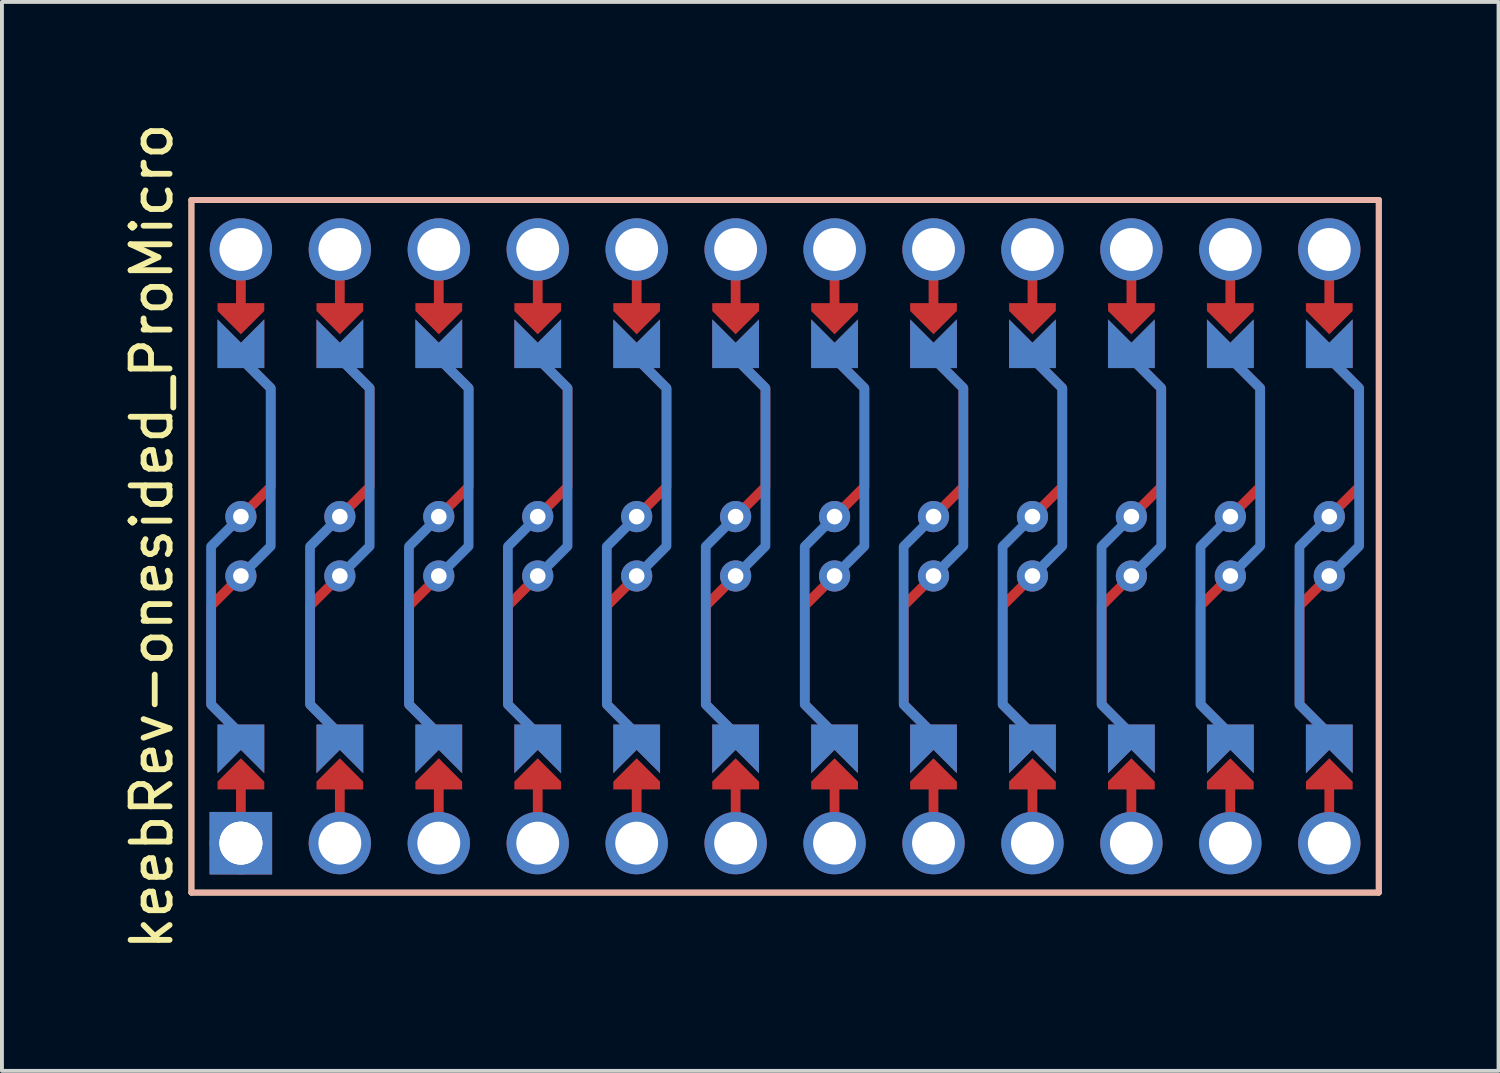
<source format=kicad_pcb>
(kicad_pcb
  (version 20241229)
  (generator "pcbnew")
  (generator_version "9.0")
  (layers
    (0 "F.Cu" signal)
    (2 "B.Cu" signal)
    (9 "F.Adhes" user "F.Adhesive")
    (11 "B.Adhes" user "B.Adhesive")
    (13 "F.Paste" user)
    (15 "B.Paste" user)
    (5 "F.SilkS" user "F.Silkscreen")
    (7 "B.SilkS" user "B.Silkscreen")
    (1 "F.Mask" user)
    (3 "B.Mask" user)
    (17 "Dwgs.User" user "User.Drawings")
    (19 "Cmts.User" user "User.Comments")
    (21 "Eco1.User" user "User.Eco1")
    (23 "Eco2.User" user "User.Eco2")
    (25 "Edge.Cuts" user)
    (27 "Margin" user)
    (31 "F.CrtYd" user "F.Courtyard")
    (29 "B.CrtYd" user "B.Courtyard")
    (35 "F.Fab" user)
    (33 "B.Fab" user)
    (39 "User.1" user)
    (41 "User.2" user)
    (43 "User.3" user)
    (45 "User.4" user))
  (footprint "keebRev-onesided_ProMicro"
    (layer "F.Cu")
    (at 17.104 10.974)
    (property "Reference" "keebRev-onesided_ProMicro" (at -16.256 -0.254 90) (layer "F.SilkS") (effects (font (size 1 1) (thickness 0.15))))
    (attr through_hole)
    (fp_circle (center -13.97 -0.762) (end -13.845 -0.762) (stroke (width 0.25) (type solid)) (fill no) (layer "F.Mask"))
    (fp_circle (center -13.97 0.762) (end -13.845 0.762) (stroke (width 0.25) (type solid)) (fill no) (layer "F.Mask"))
    (fp_circle (center -11.43 -0.762) (end -11.305 -0.762) (stroke (width 0.25) (type solid)) (fill no) (layer "F.Mask"))
    (fp_circle (center -11.43 0.762) (end -11.305 0.762) (stroke (width 0.25) (type solid)) (fill no) (layer "F.Mask"))
    (fp_circle (center -8.89 -0.762) (end -8.765 -0.762) (stroke (width 0.25) (type solid)) (fill no) (layer "F.Mask"))
    (fp_circle (center -8.89 0.762) (end -8.765 0.762) (stroke (width 0.25) (type solid)) (fill no) (layer "F.Mask"))
    (fp_circle (center -6.35 -0.762) (end -6.225 -0.762) (stroke (width 0.25) (type solid)) (fill no) (layer "F.Mask"))
    (fp_circle (center -6.35 0.762) (end -6.225 0.762) (stroke (width 0.25) (type solid)) (fill no) (layer "F.Mask"))
    (fp_circle (center -3.81 -0.762) (end -3.685 -0.762) (stroke (width 0.25) (type solid)) (fill no) (layer "F.Mask"))
    (fp_circle (center -3.81 0.762) (end -3.685 0.762) (stroke (width 0.25) (type solid)) (fill no) (layer "F.Mask"))
    (fp_circle (center -1.27 -0.762) (end -1.145 -0.762) (stroke (width 0.25) (type solid)) (fill no) (layer "F.Mask"))
    (fp_circle (center -1.27 0.762) (end -1.145 0.762) (stroke (width 0.25) (type solid)) (fill no) (layer "F.Mask"))
    (fp_circle (center 1.27 -0.762) (end 1.395 -0.762) (stroke (width 0.25) (type solid)) (fill no) (layer "F.Mask"))
    (fp_circle (center 1.27 0.762) (end 1.395 0.762) (stroke (width 0.25) (type solid)) (fill no) (layer "F.Mask"))
    (fp_circle (center 3.81 -0.762) (end 3.935 -0.762) (stroke (width 0.25) (type solid)) (fill no) (layer "F.Mask"))
    (fp_circle (center 3.81 0.762) (end 3.935 0.762) (stroke (width 0.25) (type solid)) (fill no) (layer "F.Mask"))
    (fp_circle (center 6.35 -0.762) (end 6.475 -0.762) (stroke (width 0.25) (type solid)) (fill no) (layer "F.Mask"))
    (fp_circle (center 6.35 0.762) (end 6.475 0.762) (stroke (width 0.25) (type solid)) (fill no) (layer "F.Mask"))
    (fp_circle (center 8.89 -0.762) (end 9.015 -0.762) (stroke (width 0.25) (type solid)) (fill no) (layer "F.Mask"))
    (fp_circle (center 8.89 0.762) (end 9.015 0.762) (stroke (width 0.25) (type solid)) (fill no) (layer "F.Mask"))
    (fp_circle (center 11.43 -0.762) (end 11.555 -0.762) (stroke (width 0.25) (type solid)) (fill no) (layer "F.Mask"))
    (fp_circle (center 11.43 0.762) (end 11.555 0.762) (stroke (width 0.25) (type solid)) (fill no) (layer "F.Mask"))
    (fp_circle (center 13.97 -0.762) (end 14.095 -0.762) (stroke (width 0.25) (type solid)) (fill no) (layer "F.Mask"))
    (fp_circle (center 13.97 0.762) (end 14.095 0.762) (stroke (width 0.25) (type solid)) (fill no) (layer "F.Mask"))
    (fp_poly (pts (xy -14.478 5.08) (xy -13.462 5.08) (xy -13.462 6.096) (xy -14.478 6.096)) (stroke (width 0.1) (type solid)) (fill yes) (layer "F.Mask"))
    (fp_poly (pts (xy -13.462 -5.08) (xy -14.478 -5.08) (xy -14.478 -6.096) (xy -13.462 -6.096)) (stroke (width 0.1) (type solid)) (fill yes) (layer "F.Mask"))
    (fp_poly (pts (xy -11.938 5.08) (xy -10.922 5.08) (xy -10.922 6.096) (xy -11.938 6.096)) (stroke (width 0.1) (type solid)) (fill yes) (layer "F.Mask"))
    (fp_poly (pts (xy -10.922 -5.08) (xy -11.938 -5.08) (xy -11.938 -6.096) (xy -10.922 -6.096)) (stroke (width 0.1) (type solid)) (fill yes) (layer "F.Mask"))
    (fp_poly (pts (xy -9.398 5.08) (xy -8.382 5.08) (xy -8.382 6.096) (xy -9.398 6.096)) (stroke (width 0.1) (type solid)) (fill yes) (layer "F.Mask"))
    (fp_poly (pts (xy -8.382 -5.08) (xy -9.398 -5.08) (xy -9.398 -6.096) (xy -8.382 -6.096)) (stroke (width 0.1) (type solid)) (fill yes) (layer "F.Mask"))
    (fp_poly (pts (xy -6.858 5.08) (xy -5.842 5.08) (xy -5.842 6.096) (xy -6.858 6.096)) (stroke (width 0.1) (type solid)) (fill yes) (layer "F.Mask"))
    (fp_poly (pts (xy -5.842 -5.08) (xy -6.858 -5.08) (xy -6.858 -6.096) (xy -5.842 -6.096)) (stroke (width 0.1) (type solid)) (fill yes) (layer "F.Mask"))
    (fp_poly (pts (xy -4.318 5.08) (xy -3.302 5.08) (xy -3.302 6.096) (xy -4.318 6.096)) (stroke (width 0.1) (type solid)) (fill yes) (layer "F.Mask"))
    (fp_poly (pts (xy -3.302 -5.08) (xy -4.318 -5.08) (xy -4.318 -6.096) (xy -3.302 -6.096)) (stroke (width 0.1) (type solid)) (fill yes) (layer "F.Mask"))
    (fp_poly (pts (xy -1.778 5.08) (xy -0.762 5.08) (xy -0.762 6.096) (xy -1.778 6.096)) (stroke (width 0.1) (type solid)) (fill yes) (layer "F.Mask"))
    (fp_poly (pts (xy -0.762 -5.08) (xy -1.778 -5.08) (xy -1.778 -6.096) (xy -0.762 -6.096)) (stroke (width 0.1) (type solid)) (fill yes) (layer "F.Mask"))
    (fp_poly (pts (xy 0.762 5.08) (xy 1.778 5.08) (xy 1.778 6.096) (xy 0.762 6.096)) (stroke (width 0.1) (type solid)) (fill yes) (layer "F.Mask"))
    (fp_poly (pts (xy 1.778 -5.08) (xy 0.762 -5.08) (xy 0.762 -6.096) (xy 1.778 -6.096)) (stroke (width 0.1) (type solid)) (fill yes) (layer "F.Mask"))
    (fp_poly (pts (xy 3.302 5.08) (xy 4.318 5.08) (xy 4.318 6.096) (xy 3.302 6.096)) (stroke (width 0.1) (type solid)) (fill yes) (layer "F.Mask"))
    (fp_poly (pts (xy 4.318 -5.08) (xy 3.302 -5.08) (xy 3.302 -6.096) (xy 4.318 -6.096)) (stroke (width 0.1) (type solid)) (fill yes) (layer "F.Mask"))
    (fp_poly (pts (xy 5.842 5.08) (xy 6.858 5.08) (xy 6.858 6.096) (xy 5.842 6.096)) (stroke (width 0.1) (type solid)) (fill yes) (layer "F.Mask"))
    (fp_poly (pts (xy 6.858 -5.08) (xy 5.842 -5.08) (xy 5.842 -6.096) (xy 6.858 -6.096)) (stroke (width 0.1) (type solid)) (fill yes) (layer "F.Mask"))
    (fp_poly (pts (xy 8.382 5.08) (xy 9.398 5.08) (xy 9.398 6.096) (xy 8.382 6.096)) (stroke (width 0.1) (type solid)) (fill yes) (layer "F.Mask"))
    (fp_poly (pts (xy 9.398 -5.08) (xy 8.382 -5.08) (xy 8.382 -6.096) (xy 9.398 -6.096)) (stroke (width 0.1) (type solid)) (fill yes) (layer "F.Mask"))
    (fp_poly (pts (xy 10.922 5.08) (xy 11.938 5.08) (xy 11.938 6.096) (xy 10.922 6.096)) (stroke (width 0.1) (type solid)) (fill yes) (layer "F.Mask"))
    (fp_poly (pts (xy 11.938 -5.08) (xy 10.922 -5.08) (xy 10.922 -6.096) (xy 11.938 -6.096)) (stroke (width 0.1) (type solid)) (fill yes) (layer "F.Mask"))
    (fp_poly (pts (xy 13.462 5.08) (xy 14.478 5.08) (xy 14.478 6.096) (xy 13.462 6.096)) (stroke (width 0.1) (type solid)) (fill yes) (layer "F.Mask"))
    (fp_poly (pts (xy 14.478 -5.08) (xy 13.462 -5.08) (xy 13.462 -6.096) (xy 14.478 -6.096)) (stroke (width 0.1) (type solid)) (fill yes) (layer "F.Mask"))
    (fp_circle (center -13.97 -0.762) (end -13.845 -0.762) (stroke (width 0.25) (type solid)) (fill no) (layer "B.Mask"))
    (fp_circle (center -13.97 0.762) (end -13.845 0.762) (stroke (width 0.25) (type solid)) (fill no) (layer "B.Mask"))
    (fp_circle (center -11.43 -0.762) (end -11.305 -0.762) (stroke (width 0.25) (type solid)) (fill no) (layer "B.Mask"))
    (fp_circle (center -11.43 0.762) (end -11.305 0.762) (stroke (width 0.25) (type solid)) (fill no) (layer "B.Mask"))
    (fp_circle (center -8.89 -0.762) (end -8.765 -0.762) (stroke (width 0.25) (type solid)) (fill no) (layer "B.Mask"))
    (fp_circle (center -8.89 0.762) (end -8.765 0.762) (stroke (width 0.25) (type solid)) (fill no) (layer "B.Mask"))
    (fp_circle (center -6.35 -0.762) (end -6.225 -0.762) (stroke (width 0.25) (type solid)) (fill no) (layer "B.Mask"))
    (fp_circle (center -6.35 0.762) (end -6.225 0.762) (stroke (width 0.25) (type solid)) (fill no) (layer "B.Mask"))
    (fp_circle (center -3.81 -0.762) (end -3.685 -0.762) (stroke (width 0.25) (type solid)) (fill no) (layer "B.Mask"))
    (fp_circle (center -3.81 0.762) (end -3.685 0.762) (stroke (width 0.25) (type solid)) (fill no) (layer "B.Mask"))
    (fp_circle (center -1.27 -0.762) (end -1.145 -0.762) (stroke (width 0.25) (type solid)) (fill no) (layer "B.Mask"))
    (fp_circle (center -1.27 0.762) (end -1.145 0.762) (stroke (width 0.25) (type solid)) (fill no) (layer "B.Mask"))
    (fp_circle (center 1.27 -0.762) (end 1.395 -0.762) (stroke (width 0.25) (type solid)) (fill no) (layer "B.Mask"))
    (fp_circle (center 1.27 0.762) (end 1.395 0.762) (stroke (width 0.25) (type solid)) (fill no) (layer "B.Mask"))
    (fp_circle (center 3.81 -0.762) (end 3.935 -0.762) (stroke (width 0.25) (type solid)) (fill no) (layer "B.Mask"))
    (fp_circle (center 3.81 0.762) (end 3.935 0.762) (stroke (width 0.25) (type solid)) (fill no) (layer "B.Mask"))
    (fp_circle (center 6.35 -0.762) (end 6.475 -0.762) (stroke (width 0.25) (type solid)) (fill no) (layer "B.Mask"))
    (fp_circle (center 6.35 0.762) (end 6.475 0.762) (stroke (width 0.25) (type solid)) (fill no) (layer "B.Mask"))
    (fp_circle (center 8.89 -0.762) (end 9.015 -0.762) (stroke (width 0.25) (type solid)) (fill no) (layer "B.Mask"))
    (fp_circle (center 8.89 0.762) (end 9.015 0.762) (stroke (width 0.25) (type solid)) (fill no) (layer "B.Mask"))
    (fp_circle (center 11.43 -0.762) (end 11.555 -0.762) (stroke (width 0.25) (type solid)) (fill no) (layer "B.Mask"))
    (fp_circle (center 11.43 0.762) (end 11.555 0.762) (stroke (width 0.25) (type solid)) (fill no) (layer "B.Mask"))
    (fp_circle (center 13.97 -0.762) (end 14.095 -0.762) (stroke (width 0.25) (type solid)) (fill no) (layer "B.Mask"))
    (fp_circle (center 13.97 0.762) (end 14.095 0.762) (stroke (width 0.25) (type solid)) (fill no) (layer "B.Mask"))
    (fp_line (start -15.24 -8.89) (end 15.24 -8.89) (stroke (width 0.15) (type solid)) (layer "F.SilkS"))
    (fp_line (start -15.24 8.89) (end -15.24 -8.89) (stroke (width 0.15) (type solid)) (layer "F.SilkS"))
    (fp_line (start -15.24 8.89) (end 15.24 8.89) (stroke (width 0.15) (type solid)) (layer "F.SilkS"))
    (fp_line (start 15.24 -8.89) (end 15.24 8.89) (stroke (width 0.15) (type solid)) (layer "F.SilkS"))
    (fp_line (start -15.24 -8.89) (end 15.24 -8.89) (stroke (width 0.15) (type solid)) (layer "B.SilkS"))
    (fp_line (start -15.24 8.89) (end -15.24 -8.89) (stroke (width 0.15) (type solid)) (layer "B.SilkS"))
    (fp_line (start -15.24 8.89) (end 15.24 8.89) (stroke (width 0.15) (type solid)) (layer "B.SilkS"))
    (fp_line (start 15.24 -8.89) (end 15.24 8.89) (stroke (width 0.15) (type solid)) (layer "B.SilkS"))
    (pad "" thru_hole circle (at -13.97 -7.62) (size 1.6 1.6) (drill 1.1) (layers "*.Cu" "*.Mask"))
    (pad "" smd custom (at -13.97 -6.35) (size 0.25 1) (layers "F.Cu") (options (anchor rect)) (primitives))
    (pad "" smd custom (at -13.97 -5.842) (size 0.1 0.1) (layers "F.Cu" "F.Mask") (options (anchor rect)) (primitives (gr_poly (pts (xy 0.6 -0.4) (xy -0.6 -0.4) (xy -0.6 -0.2) (xy 0 0.4) (xy 0.6 -0.2)) (width 0) (fill yes))))
    (pad "" smd custom (at -13.97 5.842 180) (size 0.1 0.1) (layers "F.Cu" "F.Mask") (options (anchor rect)) (primitives (gr_poly (pts (xy 0.6 -0.4) (xy -0.6 -0.4) (xy -0.6 -0.2) (xy 0 0.4) (xy 0.6 -0.2)) (width 0) (fill yes))))
    (pad "" smd custom (at -13.97 6.35 180) (size 0.25 1) (layers "F.Cu") (options (anchor rect)) (primitives))
    (pad "" thru_hole circle (at -13.97 7.62) (size 1.6 1.6) (drill 1.1) (layers "*.Cu" "*.Mask"))
    (pad "" thru_hole rect (at -13.97 7.62) (size 1.6 1.6) (drill 1.1) (layers "F.Cu" "F.Mask"))
    (pad "" thru_hole rect (at -13.97 7.62) (size 1.6 1.6) (drill 1.1) (layers "B.Cu" "B.Mask"))
    (pad "" thru_hole circle (at -11.43 -7.62) (size 1.6 1.6) (drill 1.1) (layers "*.Cu" "*.Mask"))
    (pad "" smd custom (at -11.43 -6.35) (size 0.25 1) (layers "F.Cu") (options (anchor rect)) (primitives))
    (pad "" smd custom (at -11.43 -5.842) (size 0.1 0.1) (layers "F.Cu" "F.Mask") (options (anchor rect)) (primitives (gr_poly (pts (xy 0.6 -0.4) (xy -0.6 -0.4) (xy -0.6 -0.2) (xy 0 0.4) (xy 0.6 -0.2)) (width 0) (fill yes))))
    (pad "" smd custom (at -11.43 5.842 180) (size 0.1 0.1) (layers "F.Cu" "F.Mask") (options (anchor rect)) (primitives (gr_poly (pts (xy 0.6 -0.4) (xy -0.6 -0.4) (xy -0.6 -0.2) (xy 0 0.4) (xy 0.6 -0.2)) (width 0) (fill yes))))
    (pad "" smd custom (at -11.43 6.35 180) (size 0.25 1) (layers "F.Cu") (options (anchor rect)) (primitives))
    (pad "" thru_hole circle (at -11.43 7.62) (size 1.6 1.6) (drill 1.1) (layers "*.Cu" "*.Mask"))
    (pad "" thru_hole circle (at -8.89 -7.62) (size 1.6 1.6) (drill 1.1) (layers "*.Cu" "*.Mask"))
    (pad "" smd custom (at -8.89 -6.35) (size 0.25 1) (layers "F.Cu") (options (anchor rect)) (primitives))
    (pad "" smd custom (at -8.89 -5.842) (size 0.1 0.1) (layers "F.Cu" "F.Mask") (options (anchor rect)) (primitives (gr_poly (pts (xy 0.6 -0.4) (xy -0.6 -0.4) (xy -0.6 -0.2) (xy 0 0.4) (xy 0.6 -0.2)) (width 0) (fill yes))))
    (pad "" smd custom (at -8.89 5.842 180) (size 0.1 0.1) (layers "F.Cu" "F.Mask") (options (anchor rect)) (primitives (gr_poly (pts (xy 0.6 -0.4) (xy -0.6 -0.4) (xy -0.6 -0.2) (xy 0 0.4) (xy 0.6 -0.2)) (width 0) (fill yes))))
    (pad "" smd custom (at -8.89 6.35 180) (size 0.25 1) (layers "F.Cu") (options (anchor rect)) (primitives))
    (pad "" thru_hole circle (at -8.89 7.62) (size 1.6 1.6) (drill 1.1) (layers "*.Cu" "*.Mask"))
    (pad "" thru_hole circle (at -6.35 -7.62) (size 1.6 1.6) (drill 1.1) (layers "*.Cu" "*.Mask"))
    (pad "" smd custom (at -6.35 -6.35) (size 0.25 1) (layers "F.Cu") (options (anchor rect)) (primitives))
    (pad "" smd custom (at -6.35 -5.842) (size 0.1 0.1) (layers "F.Cu" "F.Mask") (options (anchor rect)) (primitives (gr_poly (pts (xy 0.6 -0.4) (xy -0.6 -0.4) (xy -0.6 -0.2) (xy 0 0.4) (xy 0.6 -0.2)) (width 0) (fill yes))))
    (pad "" smd custom (at -6.35 5.842 180) (size 0.1 0.1) (layers "F.Cu" "F.Mask") (options (anchor rect)) (primitives (gr_poly (pts (xy 0.6 -0.4) (xy -0.6 -0.4) (xy -0.6 -0.2) (xy 0 0.4) (xy 0.6 -0.2)) (width 0) (fill yes))))
    (pad "" smd custom (at -6.35 6.35 180) (size 0.25 1) (layers "F.Cu") (options (anchor rect)) (primitives))
    (pad "" thru_hole circle (at -6.35 7.62) (size 1.6 1.6) (drill 1.1) (layers "*.Cu" "*.Mask"))
    (pad "" thru_hole circle (at -3.81 -7.62) (size 1.6 1.6) (drill 1.1) (layers "*.Cu" "*.Mask"))
    (pad "" smd custom (at -3.81 -6.35) (size 0.25 1) (layers "F.Cu") (options (anchor rect)) (primitives))
    (pad "" smd custom (at -3.81 -5.842) (size 0.1 0.1) (layers "F.Cu" "F.Mask") (options (anchor rect)) (primitives (gr_poly (pts (xy 0.6 -0.4) (xy -0.6 -0.4) (xy -0.6 -0.2) (xy 0 0.4) (xy 0.6 -0.2)) (width 0) (fill yes))))
    (pad "" smd custom (at -3.81 5.842 180) (size 0.1 0.1) (layers "F.Cu" "F.Mask") (options (anchor rect)) (primitives (gr_poly (pts (xy 0.6 -0.4) (xy -0.6 -0.4) (xy -0.6 -0.2) (xy 0 0.4) (xy 0.6 -0.2)) (width 0) (fill yes))))
    (pad "" smd custom (at -3.81 6.35 180) (size 0.25 1) (layers "F.Cu") (options (anchor rect)) (primitives))
    (pad "" thru_hole circle (at -3.81 7.62) (size 1.6 1.6) (drill 1.1) (layers "*.Cu" "*.Mask"))
    (pad "" thru_hole circle (at -1.27 -7.62) (size 1.6 1.6) (drill 1.1) (layers "*.Cu" "*.Mask"))
    (pad "" smd custom (at -1.27 -6.35) (size 0.25 1) (layers "F.Cu") (options (anchor rect)) (primitives))
    (pad "" smd custom (at -1.27 -5.842) (size 0.1 0.1) (layers "F.Cu" "F.Mask") (options (anchor rect)) (primitives (gr_poly (pts (xy 0.6 -0.4) (xy -0.6 -0.4) (xy -0.6 -0.2) (xy 0 0.4) (xy 0.6 -0.2)) (width 0) (fill yes))))
    (pad "" smd custom (at -1.27 5.842 180) (size 0.1 0.1) (layers "F.Cu" "F.Mask") (options (anchor rect)) (primitives (gr_poly (pts (xy 0.6 -0.4) (xy -0.6 -0.4) (xy -0.6 -0.2) (xy 0 0.4) (xy 0.6 -0.2)) (width 0) (fill yes))))
    (pad "" smd custom (at -1.27 6.35 180) (size 0.25 1) (layers "F.Cu") (options (anchor rect)) (primitives))
    (pad "" thru_hole circle (at -1.27 7.62) (size 1.6 1.6) (drill 1.1) (layers "*.Cu" "*.Mask"))
    (pad "" thru_hole circle (at 1.27 -7.62) (size 1.6 1.6) (drill 1.1) (layers "*.Cu" "*.Mask"))
    (pad "" smd custom (at 1.27 -6.35) (size 0.25 1) (layers "F.Cu") (options (anchor rect)) (primitives))
    (pad "" smd custom (at 1.27 -5.842) (size 0.1 0.1) (layers "F.Cu" "F.Mask") (options (anchor rect)) (primitives (gr_poly (pts (xy 0.6 -0.4) (xy -0.6 -0.4) (xy -0.6 -0.2) (xy 0 0.4) (xy 0.6 -0.2)) (width 0) (fill yes))))
    (pad "" smd custom (at 1.27 5.842 180) (size 0.1 0.1) (layers "F.Cu" "F.Mask") (options (anchor rect)) (primitives (gr_poly (pts (xy 0.6 -0.4) (xy -0.6 -0.4) (xy -0.6 -0.2) (xy 0 0.4) (xy 0.6 -0.2)) (width 0) (fill yes))))
    (pad "" smd custom (at 1.27 6.35 180) (size 0.25 1) (layers "F.Cu") (options (anchor rect)) (primitives))
    (pad "" thru_hole circle (at 1.27 7.62) (size 1.6 1.6) (drill 1.1) (layers "*.Cu" "*.Mask"))
    (pad "" thru_hole circle (at 3.81 -7.62) (size 1.6 1.6) (drill 1.1) (layers "*.Cu" "*.Mask"))
    (pad "" smd custom (at 3.81 -6.35) (size 0.25 1) (layers "F.Cu") (options (anchor rect)) (primitives))
    (pad "" smd custom (at 3.81 -5.842) (size 0.1 0.1) (layers "F.Cu" "F.Mask") (options (anchor rect)) (primitives (gr_poly (pts (xy 0.6 -0.4) (xy -0.6 -0.4) (xy -0.6 -0.2) (xy 0 0.4) (xy 0.6 -0.2)) (width 0) (fill yes))))
    (pad "" smd custom (at 3.81 5.842 180) (size 0.1 0.1) (layers "F.Cu" "F.Mask") (options (anchor rect)) (primitives (gr_poly (pts (xy 0.6 -0.4) (xy -0.6 -0.4) (xy -0.6 -0.2) (xy 0 0.4) (xy 0.6 -0.2)) (width 0) (fill yes))))
    (pad "" smd custom (at 3.81 6.35 180) (size 0.25 1) (layers "F.Cu") (options (anchor rect)) (primitives))
    (pad "" thru_hole circle (at 3.81 7.62) (size 1.6 1.6) (drill 1.1) (layers "*.Cu" "*.Mask"))
    (pad "" thru_hole circle (at 6.35 -7.62) (size 1.6 1.6) (drill 1.1) (layers "*.Cu" "*.Mask"))
    (pad "" smd custom (at 6.35 -6.35) (size 0.25 1) (layers "F.Cu") (options (anchor rect)) (primitives))
    (pad "" smd custom (at 6.35 -5.842) (size 0.1 0.1) (layers "F.Cu" "F.Mask") (options (anchor rect)) (primitives (gr_poly (pts (xy 0.6 -0.4) (xy -0.6 -0.4) (xy -0.6 -0.2) (xy 0 0.4) (xy 0.6 -0.2)) (width 0) (fill yes))))
    (pad "" smd custom (at 6.35 5.842 180) (size 0.1 0.1) (layers "F.Cu" "F.Mask") (options (anchor rect)) (primitives (gr_poly (pts (xy 0.6 -0.4) (xy -0.6 -0.4) (xy -0.6 -0.2) (xy 0 0.4) (xy 0.6 -0.2)) (width 0) (fill yes))))
    (pad "" smd custom (at 6.35 6.35 180) (size 0.25 1) (layers "F.Cu") (options (anchor rect)) (primitives))
    (pad "" thru_hole circle (at 6.35 7.62) (size 1.6 1.6) (drill 1.1) (layers "*.Cu" "*.Mask"))
    (pad "" thru_hole circle (at 8.89 -7.62) (size 1.6 1.6) (drill 1.1) (layers "*.Cu" "*.Mask"))
    (pad "" smd custom (at 8.89 -6.35) (size 0.25 1) (layers "F.Cu") (options (anchor rect)) (primitives))
    (pad "" smd custom (at 8.89 -5.842) (size 0.1 0.1) (layers "F.Cu" "F.Mask") (options (anchor rect)) (primitives (gr_poly (pts (xy 0.6 -0.4) (xy -0.6 -0.4) (xy -0.6 -0.2) (xy 0 0.4) (xy 0.6 -0.2)) (width 0) (fill yes))))
    (pad "" smd custom (at 8.89 5.842 180) (size 0.1 0.1) (layers "F.Cu" "F.Mask") (options (anchor rect)) (primitives (gr_poly (pts (xy 0.6 -0.4) (xy -0.6 -0.4) (xy -0.6 -0.2) (xy 0 0.4) (xy 0.6 -0.2)) (width 0) (fill yes))))
    (pad "" smd custom (at 8.89 6.35 180) (size 0.25 1) (layers "F.Cu") (options (anchor rect)) (primitives))
    (pad "" thru_hole circle (at 8.89 7.62) (size 1.6 1.6) (drill 1.1) (layers "*.Cu" "*.Mask"))
    (pad "" thru_hole circle (at 11.43 -7.62) (size 1.6 1.6) (drill 1.1) (layers "*.Cu" "*.Mask"))
    (pad "" smd custom (at 11.43 -6.35) (size 0.25 1) (layers "F.Cu") (options (anchor rect)) (primitives))
    (pad "" smd custom (at 11.43 -5.842) (size 0.1 0.1) (layers "F.Cu" "F.Mask") (options (anchor rect)) (primitives (gr_poly (pts (xy 0.6 -0.4) (xy -0.6 -0.4) (xy -0.6 -0.2) (xy 0 0.4) (xy 0.6 -0.2)) (width 0) (fill yes))))
    (pad "" smd custom (at 11.43 5.842 180) (size 0.1 0.1) (layers "F.Cu" "F.Mask") (options (anchor rect)) (primitives (gr_poly (pts (xy 0.6 -0.4) (xy -0.6 -0.4) (xy -0.6 -0.2) (xy 0 0.4) (xy 0.6 -0.2)) (width 0) (fill yes))))
    (pad "" smd custom (at 11.43 6.35 180) (size 0.25 1) (layers "F.Cu") (options (anchor rect)) (primitives))
    (pad "" thru_hole circle (at 11.43 7.62) (size 1.6 1.6) (drill 1.1) (layers "*.Cu" "*.Mask"))
    (pad "" thru_hole circle (at 13.97 -7.62) (size 1.6 1.6) (drill 1.1) (layers "*.Cu" "*.Mask"))
    (pad "" smd custom (at 13.97 -6.35) (size 0.25 1) (layers "F.Cu") (options (anchor rect)) (primitives))
    (pad "" smd custom (at 13.97 -5.842) (size 0.1 0.1) (layers "F.Cu" "F.Mask") (options (anchor rect)) (primitives (gr_poly (pts (xy 0.6 -0.4) (xy -0.6 -0.4) (xy -0.6 -0.2) (xy 0 0.4) (xy 0.6 -0.2)) (width 0) (fill yes))))
    (pad "" smd custom (at 13.97 5.842 180) (size 0.1 0.1) (layers "F.Cu" "F.Mask") (options (anchor rect)) (primitives (gr_poly (pts (xy 0.6 -0.4) (xy -0.6 -0.4) (xy -0.6 -0.2) (xy 0 0.4) (xy 0.6 -0.2)) (width 0) (fill yes))))
    (pad "" smd custom (at 13.97 6.35 180) (size 0.25 1) (layers "F.Cu") (options (anchor rect)) (primitives))
    (pad "" thru_hole circle (at 13.97 7.62) (size 1.6 1.6) (drill 1.1) (layers "*.Cu" "*.Mask"))
    (pad "1" smd custom (at -13.97 -4.826) (size 1.2 0.5) (layers "F.Cu" "F.Mask") (options (anchor rect)) (primitives (gr_poly (pts (xy 0.6 0) (xy -0.6 0) (xy -0.6 -1) (xy 0 -0.4) (xy 0.6 -1)) (width 0) (fill yes))))
    (pad "1" smd custom (at -13.97 -0.762) (size 0.25 0.25) (layers "F.Cu") (options (anchor circle)) (primitives (gr_line (start 0 0) (end 0.766 -0.766) (width 0.25)) (gr_line (start 0.766 -0.766) (end 0.766 -3.298) (width 0.25)) (gr_line (start 0.766 -3.298) (end 0 -4.064) (width 0.25))))
    (pad "1" smd custom (at -13.97 -0.762) (size 0.25 0.25) (layers "B.Cu") (options (anchor circle)) (primitives (gr_line (start 0 0) (end -0.766 0.766) (width 0.25)) (gr_line (start -0.766 0.766) (end -0.766 4.822) (width 0.25)) (gr_line (start -0.766 4.822) (end 0 5.588) (width 0.25))))
    (pad "1" thru_hole circle (at -13.97 -0.762 180) (size 0.8 0.8) (drill 0.4) (layers "*.Cu"))
    (pad "1" smd custom (at -13.97 4.826 180) (size 1.2 0.5) (layers "B.Cu") (options (anchor rect)) (primitives (gr_poly (pts (xy 0.6 0) (xy -0.6 0) (xy -0.6 -1) (xy 0 -0.4) (xy 0.6 -1)) (width 0) (fill yes))))
    (pad "2" smd custom (at -11.43 -4.826) (size 1.2 0.5) (layers "F.Cu" "F.Mask") (options (anchor rect)) (primitives (gr_poly (pts (xy 0.6 0) (xy -0.6 0) (xy -0.6 -1) (xy 0 -0.4) (xy 0.6 -1)) (width 0) (fill yes))))
    (pad "2" smd custom (at -11.43 -0.762) (size 0.25 0.25) (layers "F.Cu") (options (anchor circle)) (primitives (gr_line (start 0 0) (end 0.766 -0.766) (width 0.25)) (gr_line (start 0.766 -0.766) (end 0.766 -3.298) (width 0.25)) (gr_line (start 0.766 -3.298) (end 0 -4.064) (width 0.25))))
    (pad "2" smd custom (at -11.43 -0.762) (size 0.25 0.25) (layers "B.Cu") (options (anchor circle)) (primitives (gr_line (start 0 0) (end -0.766 0.766) (width 0.25)) (gr_line (start -0.766 0.766) (end -0.766 4.822) (width 0.25)) (gr_line (start -0.766 4.822) (end 0 5.588) (width 0.25))))
    (pad "2" thru_hole circle (at -11.43 -0.762 180) (size 0.8 0.8) (drill 0.4) (layers "*.Cu"))
    (pad "2" smd custom (at -11.43 4.826 180) (size 1.2 0.5) (layers "B.Cu") (options (anchor rect)) (primitives (gr_poly (pts (xy 0.6 0) (xy -0.6 0) (xy -0.6 -1) (xy 0 -0.4) (xy 0.6 -1)) (width 0) (fill yes))))
    (pad "3" smd custom (at -8.89 -4.826) (size 1.2 0.5) (layers "F.Cu" "F.Mask") (options (anchor rect)) (primitives (gr_poly (pts (xy 0.6 0) (xy -0.6 0) (xy -0.6 -1) (xy 0 -0.4) (xy 0.6 -1)) (width 0) (fill yes))))
    (pad "3" smd custom (at -8.89 -0.762) (size 0.25 0.25) (layers "F.Cu") (options (anchor circle)) (primitives (gr_line (start 0 0) (end 0.766 -0.766) (width 0.25)) (gr_line (start 0.766 -0.766) (end 0.766 -3.298) (width 0.25)) (gr_line (start 0.766 -3.298) (end 0 -4.064) (width 0.25))))
    (pad "3" smd custom (at -8.89 -0.762) (size 0.25 0.25) (layers "B.Cu") (options (anchor circle)) (primitives (gr_line (start 0 0) (end -0.766 0.766) (width 0.25)) (gr_line (start -0.766 0.766) (end -0.766 4.822) (width 0.25)) (gr_line (start -0.766 4.822) (end 0 5.588) (width 0.25))))
    (pad "3" thru_hole circle (at -8.89 -0.762 180) (size 0.8 0.8) (drill 0.4) (layers "*.Cu"))
    (pad "3" smd custom (at -8.89 4.826 180) (size 1.2 0.5) (layers "B.Cu") (options (anchor rect)) (primitives (gr_poly (pts (xy 0.6 0) (xy -0.6 0) (xy -0.6 -1) (xy 0 -0.4) (xy 0.6 -1)) (width 0) (fill yes))))
    (pad "4" smd custom (at -6.35 -4.826) (size 1.2 0.5) (layers "F.Cu" "F.Mask") (options (anchor rect)) (primitives (gr_poly (pts (xy 0.6 0) (xy -0.6 0) (xy -0.6 -1) (xy 0 -0.4) (xy 0.6 -1)) (width 0) (fill yes))))
    (pad "4" smd custom (at -6.35 -0.762) (size 0.25 0.25) (layers "F.Cu") (options (anchor circle)) (primitives (gr_line (start 0 0) (end 0.766 -0.766) (width 0.25)) (gr_line (start 0.766 -0.766) (end 0.766 -3.298) (width 0.25)) (gr_line (start 0.766 -3.298) (end 0 -4.064) (width 0.25))))
    (pad "4" smd custom (at -6.35 -0.762) (size 0.25 0.25) (layers "B.Cu") (options (anchor circle)) (primitives (gr_line (start 0 0) (end -0.766 0.766) (width 0.25)) (gr_line (start -0.766 0.766) (end -0.766 4.822) (width 0.25)) (gr_line (start -0.766 4.822) (end 0 5.588) (width 0.25))))
    (pad "4" thru_hole circle (at -6.35 -0.762 180) (size 0.8 0.8) (drill 0.4) (layers "*.Cu"))
    (pad "4" smd custom (at -6.35 4.826 180) (size 1.2 0.5) (layers "B.Cu") (options (anchor rect)) (primitives (gr_poly (pts (xy 0.6 0) (xy -0.6 0) (xy -0.6 -1) (xy 0 -0.4) (xy 0.6 -1)) (width 0) (fill yes))))
    (pad "5" smd custom (at -3.81 -4.826) (size 1.2 0.5) (layers "F.Cu" "F.Mask") (options (anchor rect)) (primitives (gr_poly (pts (xy 0.6 0) (xy -0.6 0) (xy -0.6 -1) (xy 0 -0.4) (xy 0.6 -1)) (width 0) (fill yes))))
    (pad "5" smd custom (at -3.81 -0.762) (size 0.25 0.25) (layers "F.Cu") (options (anchor circle)) (primitives (gr_line (start 0 0) (end 0.766 -0.766) (width 0.25)) (gr_line (start 0.766 -0.766) (end 0.766 -3.298) (width 0.25)) (gr_line (start 0.766 -3.298) (end 0 -4.064) (width 0.25))))
    (pad "5" smd custom (at -3.81 -0.762) (size 0.25 0.25) (layers "B.Cu") (options (anchor circle)) (primitives (gr_line (start 0 0) (end -0.766 0.766) (width 0.25)) (gr_line (start -0.766 0.766) (end -0.766 4.822) (width 0.25)) (gr_line (start -0.766 4.822) (end 0 5.588) (width 0.25))))
    (pad "5" thru_hole circle (at -3.81 -0.762 180) (size 0.8 0.8) (drill 0.4) (layers "*.Cu"))
    (pad "5" smd custom (at -3.81 4.826 180) (size 1.2 0.5) (layers "B.Cu") (options (anchor rect)) (primitives (gr_poly (pts (xy 0.6 0) (xy -0.6 0) (xy -0.6 -1) (xy 0 -0.4) (xy 0.6 -1)) (width 0) (fill yes))))
    (pad "6" smd custom (at -1.27 -4.826) (size 1.2 0.5) (layers "F.Cu" "F.Mask") (options (anchor rect)) (primitives (gr_poly (pts (xy 0.6 0) (xy -0.6 0) (xy -0.6 -1) (xy 0 -0.4) (xy 0.6 -1)) (width 0) (fill yes))))
    (pad "6" smd custom (at -1.27 -0.762) (size 0.25 0.25) (layers "F.Cu") (options (anchor circle)) (primitives (gr_line (start 0 0) (end 0.766 -0.766) (width 0.25)) (gr_line (start 0.766 -0.766) (end 0.766 -3.298) (width 0.25)) (gr_line (start 0.766 -3.298) (end 0 -4.064) (width 0.25))))
    (pad "6" smd custom (at -1.27 -0.762) (size 0.25 0.25) (layers "B.Cu") (options (anchor circle)) (primitives (gr_line (start 0 0) (end -0.766 0.766) (width 0.25)) (gr_line (start -0.766 0.766) (end -0.766 4.822) (width 0.25)) (gr_line (start -0.766 4.822) (end 0 5.588) (width 0.25))))
    (pad "6" thru_hole circle (at -1.27 -0.762 180) (size 0.8 0.8) (drill 0.4) (layers "*.Cu"))
    (pad "6" smd custom (at -1.27 4.826 180) (size 1.2 0.5) (layers "B.Cu") (options (anchor rect)) (primitives (gr_poly (pts (xy 0.6 0) (xy -0.6 0) (xy -0.6 -1) (xy 0 -0.4) (xy 0.6 -1)) (width 0) (fill yes))))
    (pad "7" smd custom (at 1.27 -4.826) (size 1.2 0.5) (layers "F.Cu" "F.Mask") (options (anchor rect)) (primitives (gr_poly (pts (xy 0.6 0) (xy -0.6 0) (xy -0.6 -1) (xy 0 -0.4) (xy 0.6 -1)) (width 0) (fill yes))))
    (pad "7" smd custom (at 1.27 -0.762) (size 0.25 0.25) (layers "F.Cu") (options (anchor circle)) (primitives (gr_line (start 0 0) (end 0.766 -0.766) (width 0.25)) (gr_line (start 0.766 -0.766) (end 0.766 -3.298) (width 0.25)) (gr_line (start 0.766 -3.298) (end 0 -4.064) (width 0.25))))
    (pad "7" smd custom (at 1.27 -0.762) (size 0.25 0.25) (layers "B.Cu") (options (anchor circle)) (primitives (gr_line (start 0 0) (end -0.766 0.766) (width 0.25)) (gr_line (start -0.766 0.766) (end -0.766 4.822) (width 0.25)) (gr_line (start -0.766 4.822) (end 0 5.588) (width 0.25))))
    (pad "7" thru_hole circle (at 1.27 -0.762 180) (size 0.8 0.8) (drill 0.4) (layers "*.Cu"))
    (pad "7" smd custom (at 1.27 4.826 180) (size 1.2 0.5) (layers "B.Cu") (options (anchor rect)) (primitives (gr_poly (pts (xy 0.6 0) (xy -0.6 0) (xy -0.6 -1) (xy 0 -0.4) (xy 0.6 -1)) (width 0) (fill yes))))
    (pad "8" smd custom (at 3.81 -4.826) (size 1.2 0.5) (layers "F.Cu" "F.Mask") (options (anchor rect)) (primitives (gr_poly (pts (xy 0.6 0) (xy -0.6 0) (xy -0.6 -1) (xy 0 -0.4) (xy 0.6 -1)) (width 0) (fill yes))))
    (pad "8" smd custom (at 3.81 -0.762) (size 0.25 0.25) (layers "F.Cu") (options (anchor circle)) (primitives (gr_line (start 0 0) (end 0.766 -0.766) (width 0.25)) (gr_line (start 0.766 -0.766) (end 0.766 -3.298) (width 0.25)) (gr_line (start 0.766 -3.298) (end 0 -4.064) (width 0.25))))
    (pad "8" smd custom (at 3.81 -0.762) (size 0.25 0.25) (layers "B.Cu") (options (anchor circle)) (primitives (gr_line (start 0 0) (end -0.766 0.766) (width 0.25)) (gr_line (start -0.766 0.766) (end -0.766 4.822) (width 0.25)) (gr_line (start -0.766 4.822) (end 0 5.588) (width 0.25))))
    (pad "8" thru_hole circle (at 3.81 -0.762 180) (size 0.8 0.8) (drill 0.4) (layers "*.Cu"))
    (pad "8" smd custom (at 3.81 4.826 180) (size 1.2 0.5) (layers "B.Cu") (options (anchor rect)) (primitives (gr_poly (pts (xy 0.6 0) (xy -0.6 0) (xy -0.6 -1) (xy 0 -0.4) (xy 0.6 -1)) (width 0) (fill yes))))
    (pad "9" smd custom (at 6.35 -4.826) (size 1.2 0.5) (layers "F.Cu" "F.Mask") (options (anchor rect)) (primitives (gr_poly (pts (xy 0.6 0) (xy -0.6 0) (xy -0.6 -1) (xy 0 -0.4) (xy 0.6 -1)) (width 0) (fill yes))))
    (pad "9" smd custom (at 6.35 -0.762) (size 0.25 0.25) (layers "F.Cu") (options (anchor circle)) (primitives (gr_line (start 0 0) (end 0.766 -0.766) (width 0.25)) (gr_line (start 0.766 -0.766) (end 0.766 -3.298) (width 0.25)) (gr_line (start 0.766 -3.298) (end 0 -4.064) (width 0.25))))
    (pad "9" smd custom (at 6.35 -0.762) (size 0.25 0.25) (layers "B.Cu") (options (anchor circle)) (primitives (gr_line (start 0 0) (end -0.766 0.766) (width 0.25)) (gr_line (start -0.766 0.766) (end -0.766 4.822) (width 0.25)) (gr_line (start -0.766 4.822) (end 0 5.588) (width 0.25))))
    (pad "9" thru_hole circle (at 6.35 -0.762 180) (size 0.8 0.8) (drill 0.4) (layers "*.Cu"))
    (pad "9" smd custom (at 6.35 4.826 180) (size 1.2 0.5) (layers "B.Cu") (options (anchor rect)) (primitives (gr_poly (pts (xy 0.6 0) (xy -0.6 0) (xy -0.6 -1) (xy 0 -0.4) (xy 0.6 -1)) (width 0) (fill yes))))
    (pad "10" smd custom (at 8.89 -4.826) (size 1.2 0.5) (layers "F.Cu" "F.Mask") (options (anchor rect)) (primitives (gr_poly (pts (xy 0.6 0) (xy -0.6 0) (xy -0.6 -1) (xy 0 -0.4) (xy 0.6 -1)) (width 0) (fill yes))))
    (pad "10" smd custom (at 8.89 -0.762) (size 0.25 0.25) (layers "F.Cu") (options (anchor circle)) (primitives (gr_line (start 0 0) (end 0.766 -0.766) (width 0.25)) (gr_line (start 0.766 -0.766) (end 0.766 -3.298) (width 0.25)) (gr_line (start 0.766 -3.298) (end 0 -4.064) (width 0.25))))
    (pad "10" smd custom (at 8.89 -0.762) (size 0.25 0.25) (layers "B.Cu") (options (anchor circle)) (primitives (gr_line (start 0 0) (end -0.766 0.766) (width 0.25)) (gr_line (start -0.766 0.766) (end -0.766 4.822) (width 0.25)) (gr_line (start -0.766 4.822) (end 0 5.588) (width 0.25))))
    (pad "10" thru_hole circle (at 8.89 -0.762 180) (size 0.8 0.8) (drill 0.4) (layers "*.Cu"))
    (pad "10" smd custom (at 8.89 4.826 180) (size 1.2 0.5) (layers "B.Cu") (options (anchor rect)) (primitives (gr_poly (pts (xy 0.6 0) (xy -0.6 0) (xy -0.6 -1) (xy 0 -0.4) (xy 0.6 -1)) (width 0) (fill yes))))
    (pad "11" smd custom (at 11.43 -4.826) (size 1.2 0.5) (layers "F.Cu" "F.Mask") (options (anchor rect)) (primitives (gr_poly (pts (xy 0.6 0) (xy -0.6 0) (xy -0.6 -1) (xy 0 -0.4) (xy 0.6 -1)) (width 0) (fill yes))))
    (pad "11" smd custom (at 11.43 -0.762) (size 0.25 0.25) (layers "F.Cu") (options (anchor circle)) (primitives (gr_line (start 0 0) (end 0.766 -0.766) (width 0.25)) (gr_line (start 0.766 -0.766) (end 0.766 -3.298) (width 0.25)) (gr_line (start 0.766 -3.298) (end 0 -4.064) (width 0.25))))
    (pad "11" smd custom (at 11.43 -0.762) (size 0.25 0.25) (layers "B.Cu") (options (anchor circle)) (primitives (gr_line (start 0 0) (end -0.766 0.766) (width 0.25)) (gr_line (start -0.766 0.766) (end -0.766 4.822) (width 0.25)) (gr_line (start -0.766 4.822) (end 0 5.588) (width 0.25))))
    (pad "11" thru_hole circle (at 11.43 -0.762 180) (size 0.8 0.8) (drill 0.4) (layers "*.Cu"))
    (pad "11" smd custom (at 11.43 4.826 180) (size 1.2 0.5) (layers "B.Cu") (options (anchor rect)) (primitives (gr_poly (pts (xy 0.6 0) (xy -0.6 0) (xy -0.6 -1) (xy 0 -0.4) (xy 0.6 -1)) (width 0) (fill yes))))
    (pad "12" smd custom (at 13.97 -4.826) (size 1.2 0.5) (layers "F.Cu" "F.Mask") (options (anchor rect)) (primitives (gr_poly (pts (xy 0.6 0) (xy -0.6 0) (xy -0.6 -1) (xy 0 -0.4) (xy 0.6 -1)) (width 0) (fill yes))))
    (pad "12" smd custom (at 13.97 -0.762) (size 0.25 0.25) (layers "F.Cu") (options (anchor circle)) (primitives (gr_line (start 0 0) (end 0.766 -0.766) (width 0.25)) (gr_line (start 0.766 -0.766) (end 0.766 -3.298) (width 0.25)) (gr_line (start 0.766 -3.298) (end 0 -4.064) (width 0.25))))
    (pad "12" smd custom (at 13.97 -0.762) (size 0.25 0.25) (layers "B.Cu") (options (anchor circle)) (primitives (gr_line (start 0 0) (end -0.766 0.766) (width 0.25)) (gr_line (start -0.766 0.766) (end -0.766 4.822) (width 0.25)) (gr_line (start -0.766 4.822) (end 0 5.588) (width 0.25))))
    (pad "12" thru_hole circle (at 13.97 -0.762 180) (size 0.8 0.8) (drill 0.4) (layers "*.Cu"))
    (pad "12" smd custom (at 13.97 4.826 180) (size 1.2 0.5) (layers "B.Cu") (options (anchor rect)) (primitives (gr_poly (pts (xy 0.6 0) (xy -0.6 0) (xy -0.6 -1) (xy 0 -0.4) (xy 0.6 -1)) (width 0) (fill yes))))
    (pad "13" smd custom (at 13.97 -4.826) (size 1.2 0.5) (layers "B.Cu") (options (anchor rect)) (primitives (gr_poly (pts (xy -0.6 0) (xy 0.6 0) (xy 0.6 -1) (xy 0 -0.4) (xy -0.6 -1)) (width 0) (fill yes))))
    (pad "13" smd custom (at 13.97 0.762 180) (size 0.25 0.25) (layers "F.Cu") (options (anchor circle)) (primitives (gr_line (start 0 0) (end 0.762 -0.762) (width 0.25)) (gr_line (start 0.762 -0.762) (end 0.762 -3.302) (width 0.25)) (gr_line (start 0.762 -3.302) (end 0 -4.064) (width 0.25))))
    (pad "13" smd custom (at 13.97 0.762 180) (size 0.25 0.25) (layers "B.Cu") (options (anchor circle)) (primitives (gr_line (start 0 0) (end -0.766 0.766) (width 0.25)) (gr_line (start -0.766 0.766) (end -0.766 4.822) (width 0.25)) (gr_line (start -0.766 4.822) (end 0 5.588) (width 0.25))))
    (pad "13" thru_hole circle (at 13.97 0.762 180) (size 0.8 0.8) (drill 0.4) (layers "*.Cu"))
    (pad "13" smd custom (at 13.97 4.826 180) (size 1.2 0.5) (layers "F.Cu" "F.Mask") (options (anchor rect)) (primitives (gr_poly (pts (xy 0.6 0) (xy -0.6 0) (xy -0.6 -1) (xy 0 -0.4) (xy 0.6 -1)) (width 0) (fill yes))))
    (pad "14" smd custom (at 11.43 -4.826) (size 1.2 0.5) (layers "B.Cu") (options (anchor rect)) (primitives (gr_poly (pts (xy -0.6 0) (xy 0.6 0) (xy 0.6 -1) (xy 0 -0.4) (xy -0.6 -1)) (width 0) (fill yes))))
    (pad "14" smd custom (at 11.43 0.762 180) (size 0.25 0.25) (layers "F.Cu") (options (anchor circle)) (primitives (gr_line (start 0 0) (end 0.762 -0.762) (width 0.25)) (gr_line (start 0.762 -0.762) (end 0.762 -3.302) (width 0.25)) (gr_line (start 0.762 -3.302) (end 0 -4.064) (width 0.25))))
    (pad "14" smd custom (at 11.43 0.762 180) (size 0.25 0.25) (layers "B.Cu") (options (anchor circle)) (primitives (gr_line (start 0 0) (end -0.766 0.766) (width 0.25)) (gr_line (start -0.766 0.766) (end -0.766 4.822) (width 0.25)) (gr_line (start -0.766 4.822) (end 0 5.588) (width 0.25))))
    (pad "14" thru_hole circle (at 11.43 0.762 180) (size 0.8 0.8) (drill 0.4) (layers "*.Cu"))
    (pad "14" smd custom (at 11.43 4.826 180) (size 1.2 0.5) (layers "F.Cu" "F.Mask") (options (anchor rect)) (primitives (gr_poly (pts (xy 0.6 0) (xy -0.6 0) (xy -0.6 -1) (xy 0 -0.4) (xy 0.6 -1)) (width 0) (fill yes))))
    (pad "15" smd custom (at 8.89 -4.826) (size 1.2 0.5) (layers "B.Cu") (options (anchor rect)) (primitives (gr_poly (pts (xy -0.6 0) (xy 0.6 0) (xy 0.6 -1) (xy 0 -0.4) (xy -0.6 -1)) (width 0) (fill yes))))
    (pad "15" smd custom (at 8.89 0.762 180) (size 0.25 0.25) (layers "F.Cu") (options (anchor circle)) (primitives (gr_line (start 0 0) (end 0.762 -0.762) (width 0.25)) (gr_line (start 0.762 -0.762) (end 0.762 -3.302) (width 0.25)) (gr_line (start 0.762 -3.302) (end 0 -4.064) (width 0.25))))
    (pad "15" smd custom (at 8.89 0.762 180) (size 0.25 0.25) (layers "B.Cu") (options (anchor circle)) (primitives (gr_line (start 0 0) (end -0.766 0.766) (width 0.25)) (gr_line (start -0.766 0.766) (end -0.766 4.822) (width 0.25)) (gr_line (start -0.766 4.822) (end 0 5.588) (width 0.25))))
    (pad "15" thru_hole circle (at 8.89 0.762 180) (size 0.8 0.8) (drill 0.4) (layers "*.Cu"))
    (pad "15" smd custom (at 8.89 4.826 180) (size 1.2 0.5) (layers "F.Cu" "F.Mask") (options (anchor rect)) (primitives (gr_poly (pts (xy 0.6 0) (xy -0.6 0) (xy -0.6 -1) (xy 0 -0.4) (xy 0.6 -1)) (width 0) (fill yes))))
    (pad "16" smd custom (at 6.35 -4.826) (size 1.2 0.5) (layers "B.Cu") (options (anchor rect)) (primitives (gr_poly (pts (xy -0.6 0) (xy 0.6 0) (xy 0.6 -1) (xy 0 -0.4) (xy -0.6 -1)) (width 0) (fill yes))))
    (pad "16" smd custom (at 6.35 0.762 180) (size 0.25 0.25) (layers "F.Cu") (options (anchor circle)) (primitives (gr_line (start 0 0) (end 0.762 -0.762) (width 0.25)) (gr_line (start 0.762 -0.762) (end 0.762 -3.302) (width 0.25)) (gr_line (start 0.762 -3.302) (end 0 -4.064) (width 0.25))))
    (pad "16" smd custom (at 6.35 0.762 180) (size 0.25 0.25) (layers "B.Cu") (options (anchor circle)) (primitives (gr_line (start 0 0) (end -0.766 0.766) (width 0.25)) (gr_line (start -0.766 0.766) (end -0.766 4.822) (width 0.25)) (gr_line (start -0.766 4.822) (end 0 5.588) (width 0.25))))
    (pad "16" thru_hole circle (at 6.35 0.762 180) (size 0.8 0.8) (drill 0.4) (layers "*.Cu"))
    (pad "16" smd custom (at 6.35 4.826 180) (size 1.2 0.5) (layers "F.Cu" "F.Mask") (options (anchor rect)) (primitives (gr_poly (pts (xy 0.6 0) (xy -0.6 0) (xy -0.6 -1) (xy 0 -0.4) (xy 0.6 -1)) (width 0) (fill yes))))
    (pad "17" smd custom (at 3.81 -4.826) (size 1.2 0.5) (layers "B.Cu") (options (anchor rect)) (primitives (gr_poly (pts (xy -0.6 0) (xy 0.6 0) (xy 0.6 -1) (xy 0 -0.4) (xy -0.6 -1)) (width 0) (fill yes))))
    (pad "17" smd custom (at 3.81 0.762 180) (size 0.25 0.25) (layers "F.Cu") (options (anchor circle)) (primitives (gr_line (start 0 0) (end 0.762 -0.762) (width 0.25)) (gr_line (start 0.762 -0.762) (end 0.762 -3.302) (width 0.25)) (gr_line (start 0.762 -3.302) (end 0 -4.064) (width 0.25))))
    (pad "17" smd custom (at 3.81 0.762 180) (size 0.25 0.25) (layers "B.Cu") (options (anchor circle)) (primitives (gr_line (start 0 0) (end -0.766 0.766) (width 0.25)) (gr_line (start -0.766 0.766) (end -0.766 4.822) (width 0.25)) (gr_line (start -0.766 4.822) (end 0 5.588) (width 0.25))))
    (pad "17" thru_hole circle (at 3.81 0.762 180) (size 0.8 0.8) (drill 0.4) (layers "*.Cu"))
    (pad "17" smd custom (at 3.81 4.826 180) (size 1.2 0.5) (layers "F.Cu" "F.Mask") (options (anchor rect)) (primitives (gr_poly (pts (xy 0.6 0) (xy -0.6 0) (xy -0.6 -1) (xy 0 -0.4) (xy 0.6 -1)) (width 0) (fill yes))))
    (pad "18" smd custom (at 1.27 -4.826) (size 1.2 0.5) (layers "B.Cu") (options (anchor rect)) (primitives (gr_poly (pts (xy -0.6 0) (xy 0.6 0) (xy 0.6 -1) (xy 0 -0.4) (xy -0.6 -1)) (width 0) (fill yes))))
    (pad "18" smd custom (at 1.27 0.762 180) (size 0.25 0.25) (layers "F.Cu") (options (anchor circle)) (primitives (gr_line (start 0 0) (end 0.762 -0.762) (width 0.25)) (gr_line (start 0.762 -0.762) (end 0.762 -3.302) (width 0.25)) (gr_line (start 0.762 -3.302) (end 0 -4.064) (width 0.25))))
    (pad "18" smd custom (at 1.27 0.762 180) (size 0.25 0.25) (layers "B.Cu") (options (anchor circle)) (primitives (gr_line (start 0 0) (end -0.766 0.766) (width 0.25)) (gr_line (start -0.766 0.766) (end -0.766 4.822) (width 0.25)) (gr_line (start -0.766 4.822) (end 0 5.588) (width 0.25))))
    (pad "18" thru_hole circle (at 1.27 0.762 180) (size 0.8 0.8) (drill 0.4) (layers "*.Cu"))
    (pad "18" smd custom (at 1.27 4.826 180) (size 1.2 0.5) (layers "F.Cu" "F.Mask") (options (anchor rect)) (primitives (gr_poly (pts (xy 0.6 0) (xy -0.6 0) (xy -0.6 -1) (xy 0 -0.4) (xy 0.6 -1)) (width 0) (fill yes))))
    (pad "19" smd custom (at -1.27 -4.826) (size 1.2 0.5) (layers "B.Cu") (options (anchor rect)) (primitives (gr_poly (pts (xy -0.6 0) (xy 0.6 0) (xy 0.6 -1) (xy 0 -0.4) (xy -0.6 -1)) (width 0) (fill yes))))
    (pad "19" smd custom (at -1.27 0.762 180) (size 0.25 0.25) (layers "F.Cu") (options (anchor circle)) (primitives (gr_line (start 0 0) (end 0.762 -0.762) (width 0.25)) (gr_line (start 0.762 -0.762) (end 0.762 -3.302) (width 0.25)) (gr_line (start 0.762 -3.302) (end 0 -4.064) (width 0.25))))
    (pad "19" smd custom (at -1.27 0.762 180) (size 0.25 0.25) (layers "B.Cu") (options (anchor circle)) (primitives (gr_line (start 0 0) (end -0.766 0.766) (width 0.25)) (gr_line (start -0.766 0.766) (end -0.766 4.822) (width 0.25)) (gr_line (start -0.766 4.822) (end 0 5.588) (width 0.25))))
    (pad "19" thru_hole circle (at -1.27 0.762 180) (size 0.8 0.8) (drill 0.4) (layers "*.Cu"))
    (pad "19" smd custom (at -1.27 4.826 180) (size 1.2 0.5) (layers "F.Cu" "F.Mask") (options (anchor rect)) (primitives (gr_poly (pts (xy 0.6 0) (xy -0.6 0) (xy -0.6 -1) (xy 0 -0.4) (xy 0.6 -1)) (width 0) (fill yes))))
    (pad "20" smd custom (at -3.81 -4.826) (size 1.2 0.5) (layers "B.Cu") (options (anchor rect)) (primitives (gr_poly (pts (xy -0.6 0) (xy 0.6 0) (xy 0.6 -1) (xy 0 -0.4) (xy -0.6 -1)) (width 0) (fill yes))))
    (pad "20" smd custom (at -3.81 0.762 180) (size 0.25 0.25) (layers "F.Cu") (options (anchor circle)) (primitives (gr_line (start 0 0) (end 0.762 -0.762) (width 0.25)) (gr_line (start 0.762 -0.762) (end 0.762 -3.302) (width 0.25)) (gr_line (start 0.762 -3.302) (end 0 -4.064) (width 0.25))))
    (pad "20" smd custom (at -3.81 0.762 180) (size 0.25 0.25) (layers "B.Cu") (options (anchor circle)) (primitives (gr_line (start 0 0) (end -0.766 0.766) (width 0.25)) (gr_line (start -0.766 0.766) (end -0.766 4.822) (width 0.25)) (gr_line (start -0.766 4.822) (end 0 5.588) (width 0.25))))
    (pad "20" thru_hole circle (at -3.81 0.762 180) (size 0.8 0.8) (drill 0.4) (layers "*.Cu"))
    (pad "20" smd custom (at -3.81 4.826 180) (size 1.2 0.5) (layers "F.Cu" "F.Mask") (options (anchor rect)) (primitives (gr_poly (pts (xy 0.6 0) (xy -0.6 0) (xy -0.6 -1) (xy 0 -0.4) (xy 0.6 -1)) (width 0) (fill yes))))
    (pad "21" smd custom (at -6.35 -4.826) (size 1.2 0.5) (layers "B.Cu") (options (anchor rect)) (primitives (gr_poly (pts (xy -0.6 0) (xy 0.6 0) (xy 0.6 -1) (xy 0 -0.4) (xy -0.6 -1)) (width 0) (fill yes))))
    (pad "21" smd custom (at -6.35 0.762 180) (size 0.25 0.25) (layers "F.Cu") (options (anchor circle)) (primitives (gr_line (start 0 0) (end 0.762 -0.762) (width 0.25)) (gr_line (start 0.762 -0.762) (end 0.762 -3.302) (width 0.25)) (gr_line (start 0.762 -3.302) (end 0 -4.064) (width 0.25))))
    (pad "21" smd custom (at -6.35 0.762 180) (size 0.25 0.25) (layers "B.Cu") (options (anchor circle)) (primitives (gr_line (start 0 0) (end -0.766 0.766) (width 0.25)) (gr_line (start -0.766 0.766) (end -0.766 4.822) (width 0.25)) (gr_line (start -0.766 4.822) (end 0 5.588) (width 0.25))))
    (pad "21" thru_hole circle (at -6.35 0.762 180) (size 0.8 0.8) (drill 0.4) (layers "*.Cu"))
    (pad "21" smd custom (at -6.35 4.826 180) (size 1.2 0.5) (layers "F.Cu" "F.Mask") (options (anchor rect)) (primitives (gr_poly (pts (xy 0.6 0) (xy -0.6 0) (xy -0.6 -1) (xy 0 -0.4) (xy 0.6 -1)) (width 0) (fill yes))))
    (pad "22" smd custom (at -8.89 -4.826) (size 1.2 0.5) (layers "B.Cu") (options (anchor rect)) (primitives (gr_poly (pts (xy -0.6 0) (xy 0.6 0) (xy 0.6 -1) (xy 0 -0.4) (xy -0.6 -1)) (width 0) (fill yes))))
    (pad "22" smd custom (at -8.89 0.762 180) (size 0.25 0.25) (layers "F.Cu") (options (anchor circle)) (primitives (gr_line (start 0 0) (end 0.762 -0.762) (width 0.25)) (gr_line (start 0.762 -0.762) (end 0.762 -3.302) (width 0.25)) (gr_line (start 0.762 -3.302) (end 0 -4.064) (width 0.25))))
    (pad "22" smd custom (at -8.89 0.762 180) (size 0.25 0.25) (layers "B.Cu") (options (anchor circle)) (primitives (gr_line (start 0 0) (end -0.766 0.766) (width 0.25)) (gr_line (start -0.766 0.766) (end -0.766 4.822) (width 0.25)) (gr_line (start -0.766 4.822) (end 0 5.588) (width 0.25))))
    (pad "22" thru_hole circle (at -8.89 0.762 180) (size 0.8 0.8) (drill 0.4) (layers "*.Cu"))
    (pad "22" smd custom (at -8.89 4.826 180) (size 1.2 0.5) (layers "F.Cu" "F.Mask") (options (anchor rect)) (primitives (gr_poly (pts (xy 0.6 0) (xy -0.6 0) (xy -0.6 -1) (xy 0 -0.4) (xy 0.6 -1)) (width 0) (fill yes))))
    (pad "23" smd custom (at -11.43 -4.826) (size 1.2 0.5) (layers "B.Cu") (options (anchor rect)) (primitives (gr_poly (pts (xy -0.6 0) (xy 0.6 0) (xy 0.6 -1) (xy 0 -0.4) (xy -0.6 -1)) (width 0) (fill yes))))
    (pad "23" smd custom (at -11.43 0.762 180) (size 0.25 0.25) (layers "F.Cu") (options (anchor circle)) (primitives (gr_line (start 0 0) (end 0.762 -0.762) (width 0.25)) (gr_line (start 0.762 -0.762) (end 0.762 -3.302) (width 0.25)) (gr_line (start 0.762 -3.302) (end 0 -4.064) (width 0.25))))
    (pad "23" smd custom (at -11.43 0.762 180) (size 0.25 0.25) (layers "B.Cu") (options (anchor circle)) (primitives (gr_line (start 0 0) (end -0.766 0.766) (width 0.25)) (gr_line (start -0.766 0.766) (end -0.766 4.822) (width 0.25)) (gr_line (start -0.766 4.822) (end 0 5.588) (width 0.25))))
    (pad "23" thru_hole circle (at -11.43 0.762 180) (size 0.8 0.8) (drill 0.4) (layers "*.Cu"))
    (pad "23" smd custom (at -11.43 4.826 180) (size 1.2 0.5) (layers "F.Cu" "F.Mask") (options (anchor rect)) (primitives (gr_poly (pts (xy 0.6 0) (xy -0.6 0) (xy -0.6 -1) (xy 0 -0.4) (xy 0.6 -1)) (width 0) (fill yes))))
    (pad "24" smd custom (at -13.97 -4.826) (size 1.2 0.5) (layers "B.Cu") (options (anchor rect)) (primitives (gr_poly (pts (xy -0.6 0) (xy 0.6 0) (xy 0.6 -1) (xy 0 -0.4) (xy -0.6 -1)) (width 0) (fill yes))))
    (pad "24" smd custom (at -13.97 0.762 180) (size 0.25 0.25) (layers "F.Cu") (options (anchor circle)) (primitives (gr_line (start 0 0) (end 0.762 -0.762) (width 0.25)) (gr_line (start 0.762 -0.762) (end 0.762 -3.302) (width 0.25)) (gr_line (start 0.762 -3.302) (end 0 -4.064) (width 0.25))))
    (pad "24" smd custom (at -13.97 0.762 180) (size 0.25 0.25) (layers "B.Cu") (options (anchor circle)) (primitives (gr_line (start 0 0) (end -0.766 0.766) (width 0.25)) (gr_line (start -0.766 0.766) (end -0.766 4.822) (width 0.25)) (gr_line (start -0.766 4.822) (end 0 5.588) (width 0.25))))
    (pad "24" thru_hole circle (at -13.97 0.762 180) (size 0.8 0.8) (drill 0.4) (layers "*.Cu"))
    (pad "24" smd custom (at -13.97 4.826 180) (size 1.2 0.5) (layers "F.Cu" "F.Mask") (options (anchor rect)) (primitives (gr_poly (pts (xy 0.6 0) (xy -0.6 0) (xy -0.6 -1) (xy 0 -0.4) (xy 0.6 -1)) (width 0) (fill yes)))))
  (gr_rect
    (start -3 -3)
    (end 35.419 24.44)
    (stroke (width 0.1) (type default))
    (fill no)
    (layer "Edge.Cuts")))
</source>
